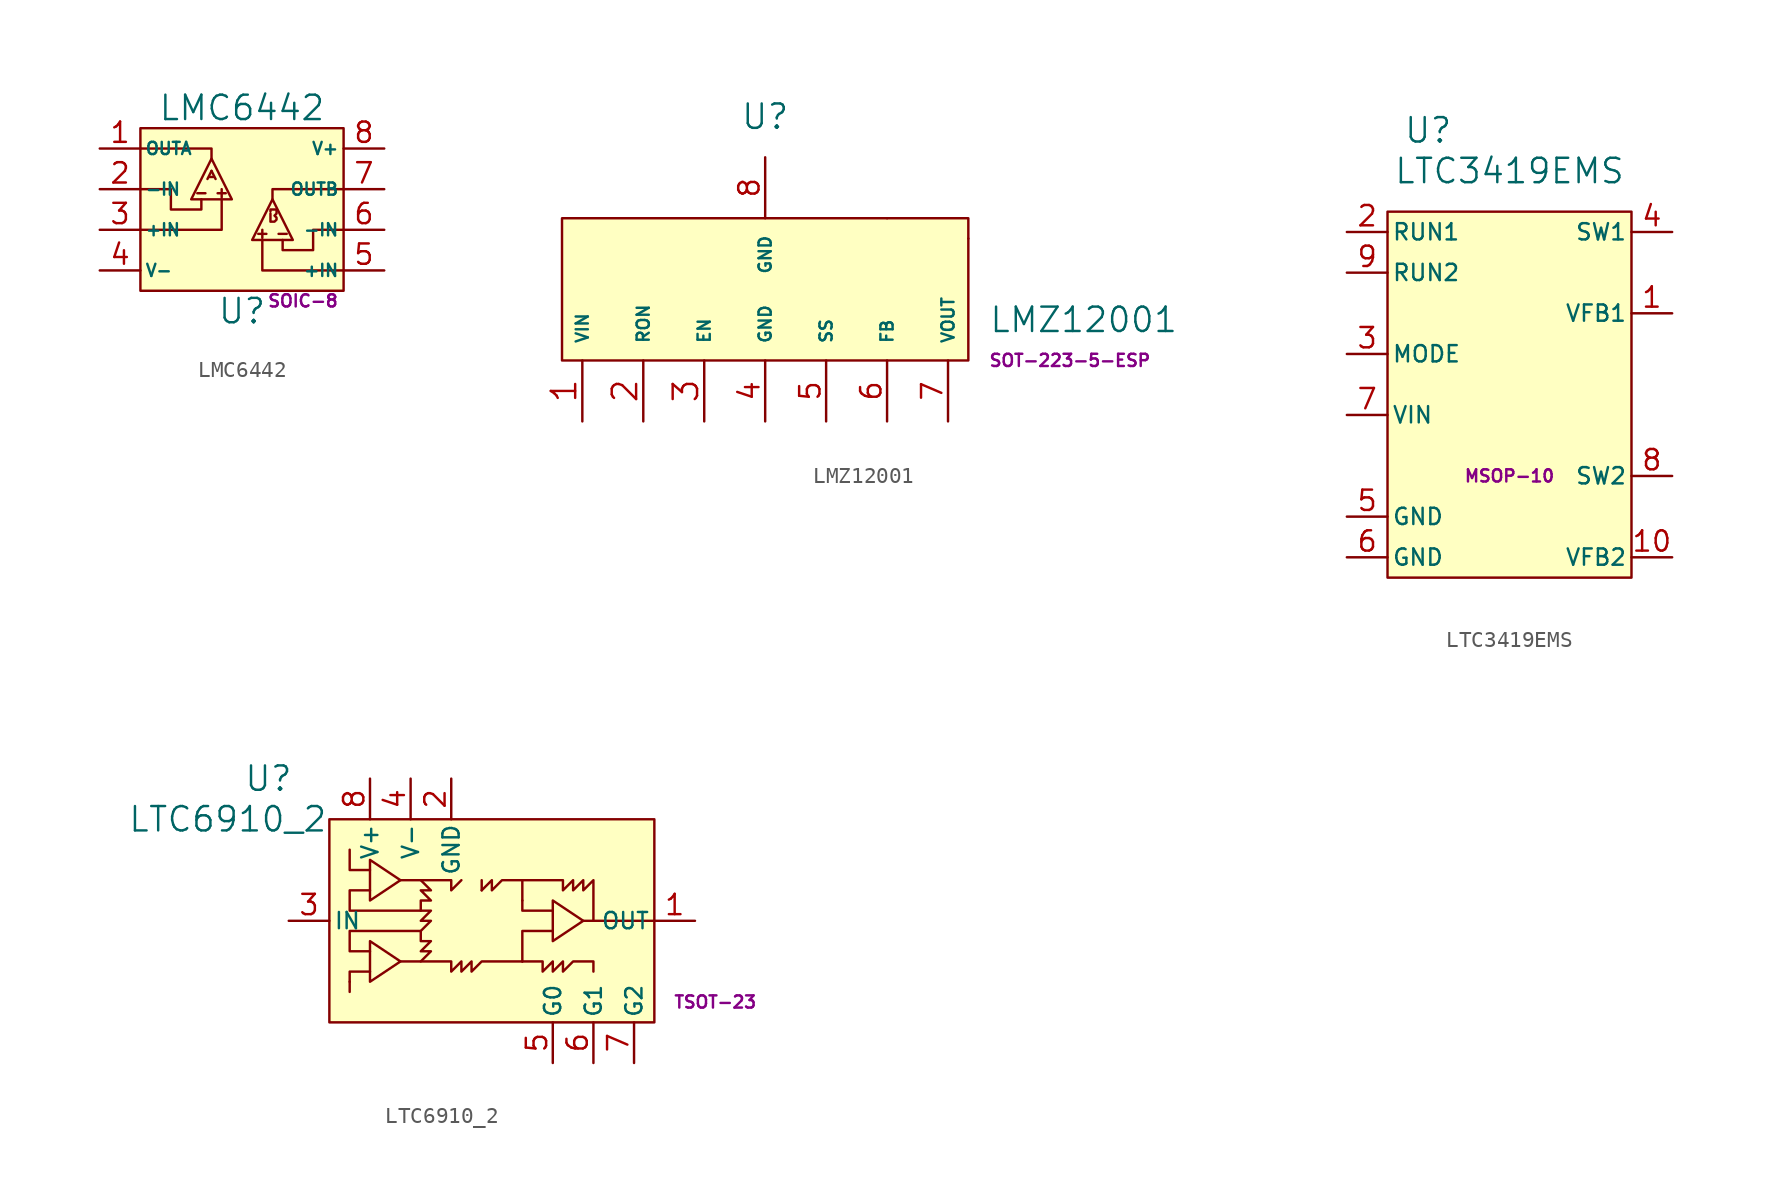
<source format=kicad_sym>
(kicad_symbol_lib
  (version 20220914)
  (generator kicad_symbol_editor)
  (symbol "LMC6442"
    (pin_names
      (offset 0.254))
    (property "Reference" "U"
      (at 0 -6.35 0)
      (effects (font (size 1.524 1.524))))
    (property "Value" "LMC6442"
      (at 0 6.35 0)
      (effects (font (size 1.524 1.524))))
    (property "Footprint" "SOIC-8"
      (at 3.81 -5.715 0)
      (effects (font (size 0.762 0.762))))
    (property "Datasheet" ""
      (at 0 0 0)
      (effects (font (size 1.524 1.524))))
    (symbol "LMC6442_0_1"
      (rectangle (start -6.35 5.08) (end 6.35 -5.08) (stroke (width 0) (type default)) (fill (type background)))
      (polyline (pts (xy -2.794 1.016) (xy -2.286 1.016)) (stroke (width 0) (type default)) (fill (type none)))
      (polyline (pts (xy -1.905 2.413) (xy -2.159 1.905)) (stroke (width 0) (type default)) (fill (type none)))
      (polyline (pts (xy -1.905 2.413) (xy -1.651 1.905)) (stroke (width 0) (type default)) (fill (type none)))
      (polyline (pts (xy -1.778 2.032) (xy -2.032 2.032)) (stroke (width 0) (type default)) (fill (type none)))
      (polyline (pts (xy -1.27 0.762) (xy -1.27 1.27)) (stroke (width 0) (type default)) (fill (type none)))
      (polyline (pts (xy -1.016 1.016) (xy -1.524 1.016)) (stroke (width 0) (type default)) (fill (type none)))
      (polyline (pts (xy 1.016 -1.524) (xy 1.524 -1.524)) (stroke (width 0) (type default)) (fill (type none)))
      (polyline (pts (xy 1.27 -1.778) (xy 1.27 -1.27)) (stroke (width 0) (type default)) (fill (type none)))
      (polyline (pts (xy 2.286 -1.524) (xy 2.794 -1.524)) (stroke (width 0) (type default)) (fill (type none)))
      (polyline (pts (xy -6.35 -1.27) (xy -1.27 -1.27) (xy -1.27 0.635)) (stroke (width 0) (type default)) (fill (type none)))
      (polyline (pts (xy -6.35 3.81) (xy -1.905 3.81) (xy -1.905 3.175)) (stroke (width 0) (type default)) (fill (type none)))
      (polyline (pts (xy 1.27 -1.905) (xy 1.27 -3.81) (xy 6.35 -3.81)) (stroke (width 0) (type default)) (fill (type none)))
      (polyline (pts (xy 1.905 0.635) (xy 1.905 1.27) (xy 6.35 1.27)) (stroke (width 0) (type default)) (fill (type none)))
      (polyline (pts (xy -1.905 3.175) (xy -3.175 0.635) (xy -0.635 0.635) (xy -1.905 3.175)) (stroke (width 0) (type default)) (fill (type none)))
      (polyline (pts (xy 1.905 0.635) (xy 0.635 -1.905) (xy 3.175 -1.905) (xy 1.905 0.635)) (stroke (width 0) (type default)) (fill (type none)))
      (polyline (pts (xy -2.54 0.635) (xy -2.54 0) (xy -4.445 0) (xy -4.445 1.27) (xy -6.35 1.27)) (stroke (width 0) (type default)) (fill (type none)))
      (polyline (pts (xy 6.35 -1.27) (xy 4.445 -1.27) (xy 4.445 -2.54) (xy 2.54 -2.54) (xy 2.54 -1.905)) (stroke (width 0) (type default)) (fill (type none)))
      (polyline (pts (xy 1.778 -0.254) (xy 1.778 -0.762) (xy 2.032 -0.762) (xy 2.159 -0.635) (xy 2.159 -0.508) (xy 2.032 -0.381) (xy 2.159 -0.254) (xy 2.159 0) (xy 1.778 0) (xy 1.778 -0.127)) (stroke (width 0) (type default)) (fill (type none))))
    (symbol "LMC6442_1_1"
      (pin bidirectional line (at -8.89 3.81 0) (length 2.54) (name "OUTA" (effects (font (size 0.762 0.762)))) (number "1" (effects (font (size 1.27 1.27)))))
      (pin bidirectional line (at -8.89 1.27 0) (length 2.54) (name "-IN" (effects (font (size 0.762 0.762)))) (number "2" (effects (font (size 1.27 1.27)))))
      (pin bidirectional line (at -8.89 -1.27 0) (length 2.54) (name "+IN" (effects (font (size 0.762 0.762)))) (number "3" (effects (font (size 1.27 1.27)))))
      (pin bidirectional line (at -8.89 -3.81 0) (length 2.54) (name "V-" (effects (font (size 0.762 0.762)))) (number "4" (effects (font (size 1.27 1.27)))))
      (pin bidirectional line (at 8.89 -3.81 180) (length 2.54) (name "+IN" (effects (font (size 0.762 0.762)))) (number "5" (effects (font (size 1.27 1.27)))))
      (pin bidirectional line (at 8.89 -1.27 180) (length 2.54) (name "-IN" (effects (font (size 0.762 0.762)))) (number "6" (effects (font (size 1.27 1.27)))))
      (pin bidirectional line (at 8.89 1.27 180) (length 2.54) (name "OUTB" (effects (font (size 0.762 0.762)))) (number "7" (effects (font (size 1.27 1.27)))))
      (pin bidirectional line (at 8.89 3.81 180) (length 2.54) (name "V+" (effects (font (size 0.762 0.762)))) (number "8" (effects (font (size 1.27 1.27)))))))
  (symbol "LMZ12001"
    (pin_names
      (offset 1.016))
    (property "Reference" "U"
      (at 0 10.16 0)
      (effects (font (size 1.524 1.524))))
    (property "Value" "LMZ12001"
      (at 13.97 -2.54 0)
      (effects (font (size 1.524 1.524)) (justify left)))
    (property "Footprint" "SOT-223-5-ESP"
      (at 19.05 -5.08 0)
      (effects (font (size 0.762 0.762))))
    (property "Datasheet" ""
      (at 0 0 0)
      (effects (font (size 1.524 1.524))))
    (symbol "LMZ12001_0_1"
      (rectangle (start 7.62 3.81) (end 7.62 3.81) (stroke (width 0) (type default)) (fill (type none)))
      (rectangle (start 12.7 -5.08) (end -12.7 3.81) (stroke (width 0) (type default)) (fill (type background)))
      (rectangle (start 12.7 2.54) (end 12.7 2.54) (stroke (width 0) (type default)) (fill (type none))))
    (symbol "LMZ12001_1_1"
      (pin input line (at -11.43 -8.89 90) (length 3.81) (name "VIN" (effects (font (size 0.762 0.762)))) (number "1" (effects (font (size 1.524 1.524)))))
      (pin input line (at -7.62 -8.89 90) (length 3.81) (name "RON" (effects (font (size 0.762 0.762)))) (number "2" (effects (font (size 1.524 1.524)))))
      (pin power_out line (at -3.81 -8.89 90) (length 3.81) (name "EN" (effects (font (size 0.762 0.762)))) (number "3" (effects (font (size 1.524 1.524)))))
      (pin input line (at 0 -8.89 90) (length 3.81) (name "GND" (effects (font (size 0.762 0.762)))) (number "4" (effects (font (size 1.27 1.27)))))
      (pin input line (at 3.81 -8.89 90) (length 3.81) (name "SS" (effects (font (size 0.762 0.762)))) (number "5" (effects (font (size 1.27 1.27)))))
      (pin input line (at 7.62 -8.89 90) (length 3.81) (name "FB" (effects (font (size 0.762 0.762)))) (number "6" (effects (font (size 1.27 1.27)))))
      (pin input line (at 11.43 -8.89 90) (length 3.81) (name "VOUT" (effects (font (size 0.762 0.762)))) (number "7" (effects (font (size 1.27 1.27)))))
      (pin input line (at 0 7.62 270) (length 3.81) (name "GND" (effects (font (size 0.762 0.762)))) (number "8" (effects (font (size 1.27 1.27)))))))
  (symbol "LTC3419EMS"
    (pin_names
      (offset 0.254))
    (property "Reference" "U"
      (at -5.08 16.51 0)
      (effects (font (size 1.524 1.524))))
    (property "Value" "LTC3419EMS"
      (at 0 13.97 0)
      (effects (font (size 1.524 1.524))))
    (property "Footprint" "MSOP-10"
      (at 0 -5.08 0)
      (effects (font (size 0.762 0.762))))
    (property "Datasheet" ""
      (at 0 0 0)
      (effects (font (size 1.524 1.524))))
    (symbol "LTC3419EMS_0_1"
      (rectangle (start 7.62 11.43) (end -7.62 -11.43) (stroke (width 0) (type default)) (fill (type background))))
    (symbol "LTC3419EMS_1_1"
      (pin bidirectional line (at 10.16 5.08 180) (length 2.54) (name "VFB1" (effects (font (size 1.016 1.016)))) (number "1" (effects (font (size 1.27 1.27)))))
      (pin input line (at 10.16 -10.16 180) (length 2.54) (name "VFB2" (effects (font (size 1.016 1.016)))) (number "10" (effects (font (size 1.27 1.27)))))
      (pin bidirectional line (at -10.16 10.16 0) (length 2.54) (name "RUN1" (effects (font (size 1.016 1.016)))) (number "2" (effects (font (size 1.27 1.27)))))
      (pin bidirectional line (at -10.16 2.54 0) (length 2.54) (name "MODE" (effects (font (size 1.016 1.016)))) (number "3" (effects (font (size 1.27 1.27)))))
      (pin bidirectional line (at 10.16 10.16 180) (length 2.54) (name "SW1" (effects (font (size 1.016 1.016)))) (number "4" (effects (font (size 1.27 1.27)))))
      (pin bidirectional line (at -10.16 -7.62 0) (length 2.54) (name "GND" (effects (font (size 1.016 1.016)))) (number "5" (effects (font (size 1.27 1.27)))))
      (pin bidirectional line (at -10.16 -10.16 0) (length 2.54) (name "GND" (effects (font (size 1.016 1.016)))) (number "6" (effects (font (size 1.27 1.27)))))
      (pin bidirectional line (at -10.16 -1.27 0) (length 2.54) (name "VIN" (effects (font (size 1.016 1.016)))) (number "7" (effects (font (size 1.27 1.27)))))
      (pin bidirectional line (at 10.16 -5.08 180) (length 2.54) (name "SW2" (effects (font (size 1.016 1.016)))) (number "8" (effects (font (size 1.27 1.27)))))
      (pin bidirectional line (at -10.16 7.62 0) (length 2.54) (name "RUN2" (effects (font (size 1.016 1.016)))) (number "9" (effects (font (size 1.27 1.27)))))))
  (symbol "LTC6910_2"
    (pin_names
      (offset 0.254))
    (property "Reference" "U"
      (at -13.97 8.89 0)
      (effects (font (size 1.524 1.524))))
    (property "Value" "LTC6910_2"
      (at -16.51 6.35 0)
      (effects (font (size 1.524 1.524))))
    (property "Footprint" "TSOT-23"
      (at 13.97 -5.08 0)
      (effects (font (size 0.762 0.762))))
    (property "Datasheet" ""
      (at 0 0 0)
      (effects (font (size 1.524 1.524))))
    (symbol "LTC6910_2_0_1"
      (rectangle (start -10.16 6.35) (end 10.16 -6.35) (stroke (width 0) (type default)) (fill (type background)))
      (polyline (pts (xy -8.89 -3.81) (xy -8.89 -4.445)) (stroke (width 0) (type default)) (fill (type none)))
      (polyline (pts (xy -0.635 1.905) (xy -0.635 2.54)) (stroke (width 0) (type default)) (fill (type none)))
      (polyline (pts (xy 1.905 1.27) (xy 1.905 2.54)) (stroke (width 0) (type default)) (fill (type none)))
      (polyline (pts (xy 6.35 0) (xy 10.16 0)) (stroke (width 0) (type default)) (fill (type none)))
      (polyline (pts (xy -7.62 -3.175) (xy -8.89 -3.175) (xy -8.89 -3.81)) (stroke (width 0) (type default)) (fill (type none)))
      (polyline (pts (xy -7.62 3.175) (xy -8.89 3.175) (xy -8.89 4.445)) (stroke (width 0) (type default)) (fill (type none)))
      (polyline (pts (xy 3.81 -0.635) (xy 1.905 -0.635) (xy 1.905 -2.54)) (stroke (width 0) (type default)) (fill (type none)))
      (polyline (pts (xy 3.81 0.635) (xy 1.905 0.635) (xy 1.905 1.27)) (stroke (width 0) (type default)) (fill (type none)))
      (polyline (pts (xy -7.62 -1.27) (xy -7.62 -3.81) (xy -5.715 -2.54) (xy -7.62 -1.27)) (stroke (width 0) (type default)) (fill (type none)))
      (polyline (pts (xy -4.445 2.54) (xy -2.54 2.54) (xy -2.54 1.905) (xy -1.905 2.54)) (stroke (width 0) (type default)) (fill (type none)))
      (polyline (pts (xy 3.81 1.27) (xy 5.715 0) (xy 3.81 -1.27) (xy 3.81 1.27)) (stroke (width 0) (type default)) (fill (type none)))
      (polyline (pts (xy -7.62 3.175) (xy -7.62 1.27) (xy -5.715 2.54) (xy -7.62 3.81) (xy -7.62 3.175)) (stroke (width 0) (type default)) (fill (type none)))
      (polyline (pts (xy -4.445 0.635) (xy -3.81 0.635) (xy -4.445 0) (xy -3.81 0) (xy -4.445 -0.635)) (stroke (width 0) (type default)) (fill (type none)))
      (polyline (pts (xy -0.635 1.905) (xy 0 2.54) (xy 0 1.905) (xy 0.635 2.54) (xy 1.905 2.54)) (stroke (width 0) (type default)) (fill (type none)))
      (polyline (pts (xy -4.445 -2.54) (xy -2.54 -2.54) (xy -2.54 -3.175) (xy -1.905 -2.54) (xy -1.905 -3.175) (xy -1.27 -2.54) (xy -1.27 -3.175) (xy -0.635 -2.54) (xy 1.905 -2.54)) (stroke (width 0) (type default)) (fill (type none)))
      (polyline (pts (xy -7.62 -1.905) (xy -8.89 -1.905) (xy -8.89 -0.635) (xy -4.445 -0.635) (xy -4.445 -1.27) (xy -3.81 -1.27) (xy -4.445 -1.905) (xy -3.81 -1.905) (xy -4.445 -2.54) (xy -5.715 -2.54)) (stroke (width 0) (type default)) (fill (type none)))
      (polyline (pts (xy -7.62 1.905) (xy -8.89 1.905) (xy -8.89 0.635) (xy -4.445 0.635) (xy -4.445 1.27) (xy -3.81 1.27) (xy -4.445 1.905) (xy -3.81 1.905) (xy -4.445 2.54) (xy -5.715 2.54)) (stroke (width 0) (type default)) (fill (type none)))
      (polyline (pts (xy 1.905 -2.54) (xy 3.175 -2.54) (xy 3.175 -3.175) (xy 3.81 -2.54) (xy 3.81 -3.175) (xy 4.445 -2.54) (xy 4.445 -3.175) (xy 5.08 -2.54) (xy 6.35 -2.54) (xy 6.35 -3.175)) (stroke (width 0) (type default)) (fill (type none)))
      (polyline (pts (xy 1.905 2.54) (xy 4.445 2.54) (xy 4.445 1.905) (xy 5.08 2.54) (xy 5.08 1.905) (xy 5.715 2.54) (xy 5.715 1.905) (xy 6.35 2.54) (xy 6.35 0) (xy 5.715 0)) (stroke (width 0) (type default)) (fill (type none))))
    (symbol "LTC6910_2_1_1"
      (pin input line (at 12.7 0 180) (length 2.54) (name "OUT" (effects (font (size 1.016 1.016)))) (number "1" (effects (font (size 1.27 1.27)))))
      (pin input line (at -2.54 8.89 270) (length 2.54) (name "GND" (effects (font (size 1.016 1.016)))) (number "2" (effects (font (size 1.27 1.27)))))
      (pin input line (at -12.7 0 0) (length 2.54) (name "IN" (effects (font (size 1.016 1.016)))) (number "3" (effects (font (size 1.27 1.27)))))
      (pin input line (at -5.08 8.89 270) (length 2.54) (name "V-" (effects (font (size 1.016 1.016)))) (number "4" (effects (font (size 1.27 1.27)))))
      (pin input line (at 3.81 -8.89 90) (length 2.54) (name "G0" (effects (font (size 1.016 1.016)))) (number "5" (effects (font (size 1.27 1.27)))))
      (pin input line (at 6.35 -8.89 90) (length 2.54) (name "G1" (effects (font (size 1.016 1.016)))) (number "6" (effects (font (size 1.27 1.27)))))
      (pin input line (at 8.89 -8.89 90) (length 2.54) (name "G2" (effects (font (size 1.016 1.016)))) (number "7" (effects (font (size 1.27 1.27)))))
      (pin input line (at -7.62 8.89 270) (length 2.54) (name "V+" (effects (font (size 1.016 1.016)))) (number "8" (effects (font (size 1.27 1.27))))))))
</source>
